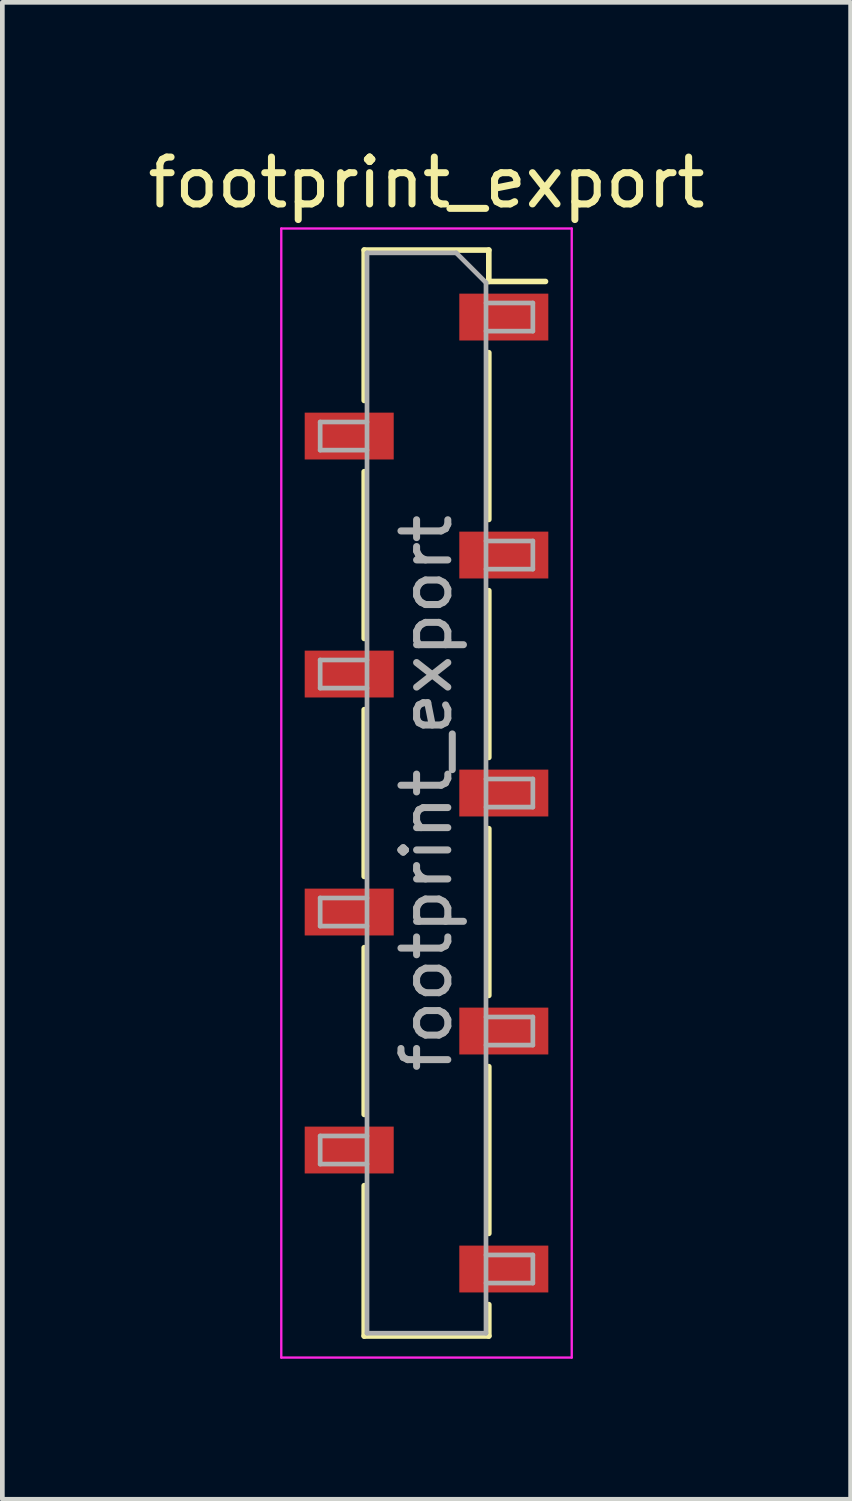
<source format=kicad_pcb>
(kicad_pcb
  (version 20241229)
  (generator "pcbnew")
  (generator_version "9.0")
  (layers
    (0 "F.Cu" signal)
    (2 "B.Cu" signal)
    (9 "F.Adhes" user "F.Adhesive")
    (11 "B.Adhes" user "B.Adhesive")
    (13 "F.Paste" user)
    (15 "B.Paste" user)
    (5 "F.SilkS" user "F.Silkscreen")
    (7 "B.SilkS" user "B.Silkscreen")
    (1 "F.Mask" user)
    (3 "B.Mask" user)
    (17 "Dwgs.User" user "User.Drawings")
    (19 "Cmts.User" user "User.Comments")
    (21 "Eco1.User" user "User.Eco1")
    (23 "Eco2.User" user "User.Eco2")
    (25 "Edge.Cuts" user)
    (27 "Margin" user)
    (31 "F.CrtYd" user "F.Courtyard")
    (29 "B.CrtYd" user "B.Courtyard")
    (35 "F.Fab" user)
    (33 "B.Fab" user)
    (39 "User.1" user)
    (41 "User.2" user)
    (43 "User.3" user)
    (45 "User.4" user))
  (footprint "footprint_export"
    (layer "F.Cu")
    (at 6.054 13.878)
    (property "Reference" "footprint_export" (at 0 -13.03 0) (layer "F.SilkS") (effects (font (size 1 1) (thickness 0.15))))
    (attr smd)
    (fp_line (start -1.33 -11.59) (end -1.33 -8.38) (stroke (width 0.12) (type solid)) (layer "F.SilkS"))
    (fp_line (start -1.33 -11.59) (end 1.33 -11.59) (stroke (width 0.12) (type solid)) (layer "F.SilkS"))
    (fp_line (start -1.33 -6.86) (end -1.33 -3.3) (stroke (width 0.12) (type solid)) (layer "F.SilkS"))
    (fp_line (start -1.33 -1.78) (end -1.33 1.78) (stroke (width 0.12) (type solid)) (layer "F.SilkS"))
    (fp_line (start -1.33 3.3) (end -1.33 6.86) (stroke (width 0.12) (type solid)) (layer "F.SilkS"))
    (fp_line (start -1.33 8.38) (end -1.33 11.59) (stroke (width 0.12) (type solid)) (layer "F.SilkS"))
    (fp_line (start -1.33 11.59) (end 1.33 11.59) (stroke (width 0.12) (type solid)) (layer "F.SilkS"))
    (fp_line (start 1.33 -11.59) (end 1.33 -10.92) (stroke (width 0.12) (type solid)) (layer "F.SilkS"))
    (fp_line (start 1.33 -10.92) (end 2.54 -10.92) (stroke (width 0.12) (type solid)) (layer "F.SilkS"))
    (fp_line (start 1.33 -9.4) (end 1.33 -5.84) (stroke (width 0.12) (type solid)) (layer "F.SilkS"))
    (fp_line (start 1.33 -4.32) (end 1.33 -0.76) (stroke (width 0.12) (type solid)) (layer "F.SilkS"))
    (fp_line (start 1.33 0.76) (end 1.33 4.32) (stroke (width 0.12) (type solid)) (layer "F.SilkS"))
    (fp_line (start 1.33 5.84) (end 1.33 9.4) (stroke (width 0.12) (type solid)) (layer "F.SilkS"))
    (fp_line (start 1.33 10.92) (end 1.33 11.59) (stroke (width 0.12) (type solid)) (layer "F.SilkS"))
    (fp_line (start -3.1 -12.05) (end 3.1 -12.05) (stroke (width 0.05) (type solid)) (layer "F.CrtYd"))
    (fp_line (start -3.1 12.05) (end -3.1 -12.05) (stroke (width 0.05) (type solid)) (layer "F.CrtYd"))
    (fp_line (start 3.1 -12.05) (end 3.1 12.05) (stroke (width 0.05) (type solid)) (layer "F.CrtYd"))
    (fp_line (start 3.1 12.05) (end -3.1 12.05) (stroke (width 0.05) (type solid)) (layer "F.CrtYd"))
    (fp_line (start -2.27 -7.92) (end -1.27 -7.92) (stroke (width 0.1) (type solid)) (layer "F.Fab"))
    (fp_line (start -2.27 -7.32) (end -2.27 -7.92) (stroke (width 0.1) (type solid)) (layer "F.Fab"))
    (fp_line (start -2.27 -2.84) (end -1.27 -2.84) (stroke (width 0.1) (type solid)) (layer "F.Fab"))
    (fp_line (start -2.27 -2.24) (end -2.27 -2.84) (stroke (width 0.1) (type solid)) (layer "F.Fab"))
    (fp_line (start -2.27 2.24) (end -1.27 2.24) (stroke (width 0.1) (type solid)) (layer "F.Fab"))
    (fp_line (start -2.27 2.84) (end -2.27 2.24) (stroke (width 0.1) (type solid)) (layer "F.Fab"))
    (fp_line (start -2.27 7.32) (end -1.27 7.32) (stroke (width 0.1) (type solid)) (layer "F.Fab"))
    (fp_line (start -2.27 7.92) (end -2.27 7.32) (stroke (width 0.1) (type solid)) (layer "F.Fab"))
    (fp_line (start -1.27 -11.53) (end 0.635 -11.53) (stroke (width 0.1) (type solid)) (layer "F.Fab"))
    (fp_line (start -1.27 -7.32) (end -2.27 -7.32) (stroke (width 0.1) (type solid)) (layer "F.Fab"))
    (fp_line (start -1.27 -2.24) (end -2.27 -2.24) (stroke (width 0.1) (type solid)) (layer "F.Fab"))
    (fp_line (start -1.27 2.84) (end -2.27 2.84) (stroke (width 0.1) (type solid)) (layer "F.Fab"))
    (fp_line (start -1.27 7.92) (end -2.27 7.92) (stroke (width 0.1) (type solid)) (layer "F.Fab"))
    (fp_line (start -1.27 11.53) (end -1.27 -11.53) (stroke (width 0.1) (type solid)) (layer "F.Fab"))
    (fp_line (start 0.635 -11.53) (end 1.27 -10.895) (stroke (width 0.1) (type solid)) (layer "F.Fab"))
    (fp_line (start 1.27 -10.895) (end 1.27 11.53) (stroke (width 0.1) (type solid)) (layer "F.Fab"))
    (fp_line (start 1.27 -10.46) (end 2.27 -10.46) (stroke (width 0.1) (type solid)) (layer "F.Fab"))
    (fp_line (start 1.27 -5.38) (end 2.27 -5.38) (stroke (width 0.1) (type solid)) (layer "F.Fab"))
    (fp_line (start 1.27 -0.3) (end 2.27 -0.3) (stroke (width 0.1) (type solid)) (layer "F.Fab"))
    (fp_line (start 1.27 4.78) (end 2.27 4.78) (stroke (width 0.1) (type solid)) (layer "F.Fab"))
    (fp_line (start 1.27 9.86) (end 2.27 9.86) (stroke (width 0.1) (type solid)) (layer "F.Fab"))
    (fp_line (start 1.27 11.53) (end -1.27 11.53) (stroke (width 0.1) (type solid)) (layer "F.Fab"))
    (fp_line (start 2.27 -10.46) (end 2.27 -9.86) (stroke (width 0.1) (type solid)) (layer "F.Fab"))
    (fp_line (start 2.27 -9.86) (end 1.27 -9.86) (stroke (width 0.1) (type solid)) (layer "F.Fab"))
    (fp_line (start 2.27 -5.38) (end 2.27 -4.78) (stroke (width 0.1) (type solid)) (layer "F.Fab"))
    (fp_line (start 2.27 -4.78) (end 1.27 -4.78) (stroke (width 0.1) (type solid)) (layer "F.Fab"))
    (fp_line (start 2.27 -0.3) (end 2.27 0.3) (stroke (width 0.1) (type solid)) (layer "F.Fab"))
    (fp_line (start 2.27 0.3) (end 1.27 0.3) (stroke (width 0.1) (type solid)) (layer "F.Fab"))
    (fp_line (start 2.27 4.78) (end 2.27 5.38) (stroke (width 0.1) (type solid)) (layer "F.Fab"))
    (fp_line (start 2.27 5.38) (end 1.27 5.38) (stroke (width 0.1) (type solid)) (layer "F.Fab"))
    (fp_line (start 2.27 9.86) (end 2.27 10.46) (stroke (width 0.1) (type solid)) (layer "F.Fab"))
    (fp_line (start 2.27 10.46) (end 1.27 10.46) (stroke (width 0.1) (type solid)) (layer "F.Fab"))
    (fp_text user "${REFERENCE}" (at 0 0 90) (layer "F.Fab") (effects (font (size 1 1) (thickness 0.15))))
    (pad "1" smd rect (at 1.65 -10.16) (size 1.9 1) (layers "F.Cu" "F.Mask" "F.Paste"))
    (pad "2" smd rect (at -1.65 -7.62) (size 1.9 1) (layers "F.Cu" "F.Mask" "F.Paste"))
    (pad "3" smd rect (at 1.65 -5.08) (size 1.9 1) (layers "F.Cu" "F.Mask" "F.Paste"))
    (pad "4" smd rect (at -1.65 -2.54) (size 1.9 1) (layers "F.Cu" "F.Mask" "F.Paste"))
    (pad "5" smd rect (at 1.65 0) (size 1.9 1) (layers "F.Cu" "F.Mask" "F.Paste"))
    (pad "6" smd rect (at -1.65 2.54) (size 1.9 1) (layers "F.Cu" "F.Mask" "F.Paste"))
    (pad "7" smd rect (at 1.65 5.08) (size 1.9 1) (layers "F.Cu" "F.Mask" "F.Paste"))
    (pad "8" smd rect (at -1.65 7.62) (size 1.9 1) (layers "F.Cu" "F.Mask" "F.Paste"))
    (pad "9" smd rect (at 1.65 10.16) (size 1.9 1) (layers "F.Cu" "F.Mask" "F.Paste")))
  (gr_rect
    (start -3 -3)
    (end 15.107 28.953)
    (stroke (width 0.1) (type default))
    (fill no)
    (layer "Edge.Cuts")))
</source>
